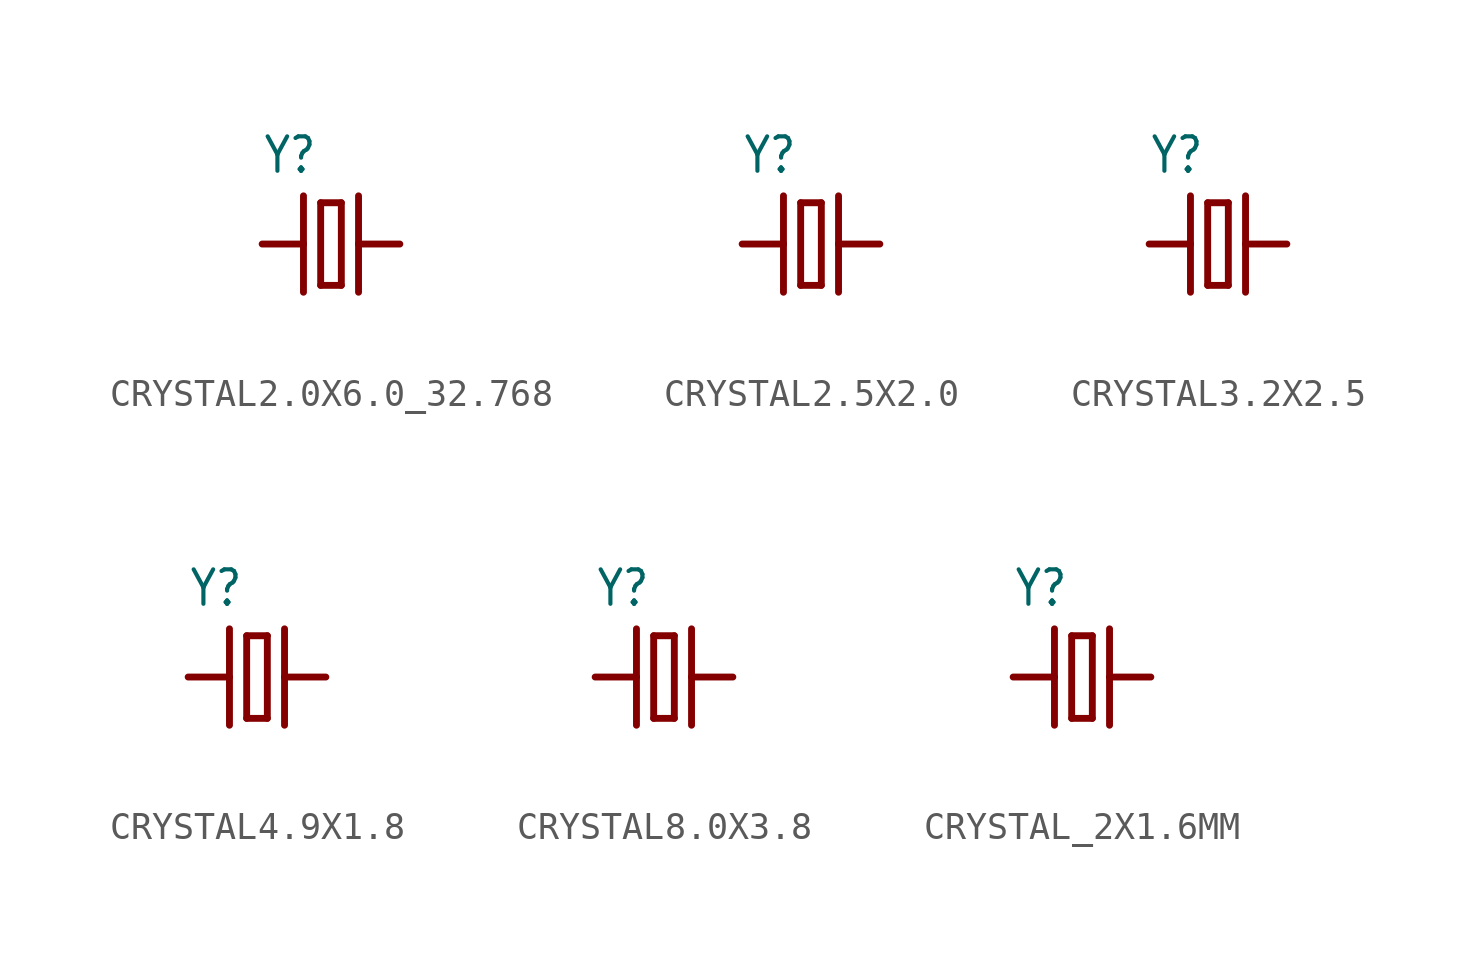
<source format=kicad_sym>
(kicad_symbol_lib
  (version 20241209)
  (generator "kicad_symbol_editor")
  (generator_version "9.0")
  (symbol "CRYSTAL2.0X6.0_32.768"
    (property "Reference" "Y"
      (at -2.54 2.54 0)
      (effects (font (size 1.27 1.079)) (justify left bottom)))
    (property "Value" ""
      (at -2.54 -3.81 0)
      (effects (font (size 1.27 1.079)) (justify left bottom)))
    (property "ki_locked" ""
      (at 0 0 0)
      (effects (font (size 1.27 1.27))))
    (symbol "CRYSTAL2.0X6.0_32.768_1_0"
      (polyline (pts (xy -2.54 0) (xy -1.016 0)) (stroke (width 0.254) (type solid)) (fill (type none)))
      (polyline (pts (xy -1.016 1.778) (xy -1.016 0)) (stroke (width 0.254) (type solid)) (fill (type none)))
      (polyline (pts (xy -1.016 0) (xy -1.016 -1.778)) (stroke (width 0.254) (type solid)) (fill (type none)))
      (polyline (pts (xy -0.381 1.524) (xy -0.381 -1.524)) (stroke (width 0.254) (type solid)) (fill (type none)))
      (polyline (pts (xy -0.381 -1.524) (xy 0.381 -1.524)) (stroke (width 0.254) (type solid)) (fill (type none)))
      (polyline (pts (xy 0.381 1.524) (xy -0.381 1.524)) (stroke (width 0.254) (type solid)) (fill (type none)))
      (polyline (pts (xy 0.381 -1.524) (xy 0.381 1.524)) (stroke (width 0.254) (type solid)) (fill (type none)))
      (polyline (pts (xy 1.016 1.778) (xy 1.016 0)) (stroke (width 0.254) (type solid)) (fill (type none)))
      (polyline (pts (xy 1.016 0) (xy 1.016 -1.778)) (stroke (width 0.254) (type solid)) (fill (type none)))
      (polyline (pts (xy 2.54 0) (xy 1.016 0)) (stroke (width 0.254) (type solid)) (fill (type none)))
      (pin passive line (at -2.54 0 0) (length 0) (name "1" (effects (font (size 0 0)))) (number "1" (effects (font (size 0 0)))))
      (pin passive line (at 2.54 0 180) (length 0) (name "2" (effects (font (size 0 0)))) (number "2" (effects (font (size 0 0)))))))
  (symbol "CRYSTAL2.5X2.0"
    (property "Reference" "Y"
      (at -2.54 2.54 0)
      (effects (font (size 1.27 1.079)) (justify left bottom)))
    (property "Value" ""
      (at -2.54 -3.81 0)
      (effects (font (size 1.27 1.079)) (justify left bottom)))
    (property "ki_locked" ""
      (at 0 0 0)
      (effects (font (size 1.27 1.27))))
    (symbol "CRYSTAL2.5X2.0_1_0"
      (polyline (pts (xy -2.54 0) (xy -1.016 0)) (stroke (width 0.254) (type solid)) (fill (type none)))
      (polyline (pts (xy -1.016 1.778) (xy -1.016 0)) (stroke (width 0.254) (type solid)) (fill (type none)))
      (polyline (pts (xy -1.016 0) (xy -1.016 -1.778)) (stroke (width 0.254) (type solid)) (fill (type none)))
      (polyline (pts (xy -0.381 1.524) (xy -0.381 -1.524)) (stroke (width 0.254) (type solid)) (fill (type none)))
      (polyline (pts (xy -0.381 -1.524) (xy 0.381 -1.524)) (stroke (width 0.254) (type solid)) (fill (type none)))
      (polyline (pts (xy 0.381 1.524) (xy -0.381 1.524)) (stroke (width 0.254) (type solid)) (fill (type none)))
      (polyline (pts (xy 0.381 -1.524) (xy 0.381 1.524)) (stroke (width 0.254) (type solid)) (fill (type none)))
      (polyline (pts (xy 1.016 1.778) (xy 1.016 0)) (stroke (width 0.254) (type solid)) (fill (type none)))
      (polyline (pts (xy 1.016 0) (xy 1.016 -1.778)) (stroke (width 0.254) (type solid)) (fill (type none)))
      (polyline (pts (xy 2.54 0) (xy 1.016 0)) (stroke (width 0.254) (type solid)) (fill (type none)))
      (pin passive line (at -2.54 0 0) (length 0) (name "1" (effects (font (size 0 0)))) (number "1" (effects (font (size 0 0)))))
      (pin passive line (at 2.54 0 180) (length 0) (name "2" (effects (font (size 0 0)))) (number "3" (effects (font (size 0 0)))))))
  (symbol "CRYSTAL3.2X2.5"
    (property "Reference" "Y"
      (at -2.54 2.54 0)
      (effects (font (size 1.27 1.079)) (justify left bottom)))
    (property "Value" ""
      (at -2.54 -3.81 0)
      (effects (font (size 1.27 1.079)) (justify left bottom)))
    (property "ki_locked" ""
      (at 0 0 0)
      (effects (font (size 1.27 1.27))))
    (symbol "CRYSTAL3.2X2.5_1_0"
      (polyline (pts (xy -2.54 0) (xy -1.016 0)) (stroke (width 0.254) (type solid)) (fill (type none)))
      (polyline (pts (xy -1.016 1.778) (xy -1.016 0)) (stroke (width 0.254) (type solid)) (fill (type none)))
      (polyline (pts (xy -1.016 0) (xy -1.016 -1.778)) (stroke (width 0.254) (type solid)) (fill (type none)))
      (polyline (pts (xy -0.381 1.524) (xy -0.381 -1.524)) (stroke (width 0.254) (type solid)) (fill (type none)))
      (polyline (pts (xy -0.381 -1.524) (xy 0.381 -1.524)) (stroke (width 0.254) (type solid)) (fill (type none)))
      (polyline (pts (xy 0.381 1.524) (xy -0.381 1.524)) (stroke (width 0.254) (type solid)) (fill (type none)))
      (polyline (pts (xy 0.381 -1.524) (xy 0.381 1.524)) (stroke (width 0.254) (type solid)) (fill (type none)))
      (polyline (pts (xy 1.016 1.778) (xy 1.016 0)) (stroke (width 0.254) (type solid)) (fill (type none)))
      (polyline (pts (xy 1.016 0) (xy 1.016 -1.778)) (stroke (width 0.254) (type solid)) (fill (type none)))
      (polyline (pts (xy 2.54 0) (xy 1.016 0)) (stroke (width 0.254) (type solid)) (fill (type none)))
      (pin passive line (at -2.54 0 0) (length 0) (name "1" (effects (font (size 0 0)))) (number "1" (effects (font (size 0 0)))))
      (pin passive line (at 2.54 0 180) (length 0) (name "2" (effects (font (size 0 0)))) (number "2" (effects (font (size 0 0)))))))
  (symbol "CRYSTAL4.9X1.8"
    (property "Reference" "Y"
      (at -2.54 2.54 0)
      (effects (font (size 1.27 1.079)) (justify left bottom)))
    (property "Value" ""
      (at -2.54 -3.81 0)
      (effects (font (size 1.27 1.079)) (justify left bottom)))
    (property "ki_locked" ""
      (at 0 0 0)
      (effects (font (size 1.27 1.27))))
    (symbol "CRYSTAL4.9X1.8_1_0"
      (polyline (pts (xy -2.54 0) (xy -1.016 0)) (stroke (width 0.254) (type solid)) (fill (type none)))
      (polyline (pts (xy -1.016 1.778) (xy -1.016 0)) (stroke (width 0.254) (type solid)) (fill (type none)))
      (polyline (pts (xy -1.016 0) (xy -1.016 -1.778)) (stroke (width 0.254) (type solid)) (fill (type none)))
      (polyline (pts (xy -0.381 1.524) (xy -0.381 -1.524)) (stroke (width 0.254) (type solid)) (fill (type none)))
      (polyline (pts (xy -0.381 -1.524) (xy 0.381 -1.524)) (stroke (width 0.254) (type solid)) (fill (type none)))
      (polyline (pts (xy 0.381 1.524) (xy -0.381 1.524)) (stroke (width 0.254) (type solid)) (fill (type none)))
      (polyline (pts (xy 0.381 -1.524) (xy 0.381 1.524)) (stroke (width 0.254) (type solid)) (fill (type none)))
      (polyline (pts (xy 1.016 1.778) (xy 1.016 0)) (stroke (width 0.254) (type solid)) (fill (type none)))
      (polyline (pts (xy 1.016 0) (xy 1.016 -1.778)) (stroke (width 0.254) (type solid)) (fill (type none)))
      (polyline (pts (xy 2.54 0) (xy 1.016 0)) (stroke (width 0.254) (type solid)) (fill (type none)))
      (pin passive line (at -2.54 0 0) (length 0) (name "1" (effects (font (size 0 0)))) (number "1" (effects (font (size 0 0)))))
      (pin passive line (at 2.54 0 180) (length 0) (name "2" (effects (font (size 0 0)))) (number "2" (effects (font (size 0 0)))))))
  (symbol "CRYSTAL8.0X3.8"
    (property "Reference" "Y"
      (at -2.54 2.54 0)
      (effects (font (size 1.27 1.079)) (justify left bottom)))
    (property "Value" ""
      (at -2.54 -3.81 0)
      (effects (font (size 1.27 1.079)) (justify left bottom)))
    (property "ki_locked" ""
      (at 0 0 0)
      (effects (font (size 1.27 1.27))))
    (symbol "CRYSTAL8.0X3.8_1_0"
      (polyline (pts (xy -2.54 0) (xy -1.016 0)) (stroke (width 0.254) (type solid)) (fill (type none)))
      (polyline (pts (xy -1.016 1.778) (xy -1.016 0)) (stroke (width 0.254) (type solid)) (fill (type none)))
      (polyline (pts (xy -1.016 0) (xy -1.016 -1.778)) (stroke (width 0.254) (type solid)) (fill (type none)))
      (polyline (pts (xy -0.381 1.524) (xy -0.381 -1.524)) (stroke (width 0.254) (type solid)) (fill (type none)))
      (polyline (pts (xy -0.381 -1.524) (xy 0.381 -1.524)) (stroke (width 0.254) (type solid)) (fill (type none)))
      (polyline (pts (xy 0.381 1.524) (xy -0.381 1.524)) (stroke (width 0.254) (type solid)) (fill (type none)))
      (polyline (pts (xy 0.381 -1.524) (xy 0.381 1.524)) (stroke (width 0.254) (type solid)) (fill (type none)))
      (polyline (pts (xy 1.016 1.778) (xy 1.016 0)) (stroke (width 0.254) (type solid)) (fill (type none)))
      (polyline (pts (xy 1.016 0) (xy 1.016 -1.778)) (stroke (width 0.254) (type solid)) (fill (type none)))
      (polyline (pts (xy 2.54 0) (xy 1.016 0)) (stroke (width 0.254) (type solid)) (fill (type none)))
      (pin passive line (at -2.54 0 0) (length 0) (name "1" (effects (font (size 0 0)))) (number "P$1" (effects (font (size 0 0)))))
      (pin passive line (at 2.54 0 180) (length 0) (name "2" (effects (font (size 0 0)))) (number "P$4" (effects (font (size 0 0)))))))
  (symbol "CRYSTAL_2X1.6MM"
    (property "Reference" "Y"
      (at -2.54 2.54 0)
      (effects (font (size 1.27 1.079)) (justify left bottom)))
    (property "Value" ""
      (at -2.54 -3.81 0)
      (effects (font (size 1.27 1.079)) (justify left bottom)))
    (property "ki_locked" ""
      (at 0 0 0)
      (effects (font (size 1.27 1.27))))
    (symbol "CRYSTAL_2X1.6MM_1_0"
      (polyline (pts (xy -2.54 0) (xy -1.016 0)) (stroke (width 0.254) (type solid)) (fill (type none)))
      (polyline (pts (xy -1.016 1.778) (xy -1.016 0)) (stroke (width 0.254) (type solid)) (fill (type none)))
      (polyline (pts (xy -1.016 0) (xy -1.016 -1.778)) (stroke (width 0.254) (type solid)) (fill (type none)))
      (polyline (pts (xy -0.381 1.524) (xy -0.381 -1.524)) (stroke (width 0.254) (type solid)) (fill (type none)))
      (polyline (pts (xy -0.381 -1.524) (xy 0.381 -1.524)) (stroke (width 0.254) (type solid)) (fill (type none)))
      (polyline (pts (xy 0.381 1.524) (xy -0.381 1.524)) (stroke (width 0.254) (type solid)) (fill (type none)))
      (polyline (pts (xy 0.381 -1.524) (xy 0.381 1.524)) (stroke (width 0.254) (type solid)) (fill (type none)))
      (polyline (pts (xy 1.016 1.778) (xy 1.016 0)) (stroke (width 0.254) (type solid)) (fill (type none)))
      (polyline (pts (xy 1.016 0) (xy 1.016 -1.778)) (stroke (width 0.254) (type solid)) (fill (type none)))
      (polyline (pts (xy 2.54 0) (xy 1.016 0)) (stroke (width 0.254) (type solid)) (fill (type none)))
      (pin passive line (at -2.54 0 0) (length 0) (name "1" (effects (font (size 0 0)))) (number "1" (effects (font (size 0 0)))))
      (pin passive line (at 2.54 0 180) (length 0) (name "2" (effects (font (size 0 0)))) (number "3" (effects (font (size 0 0))))))))
</source>
